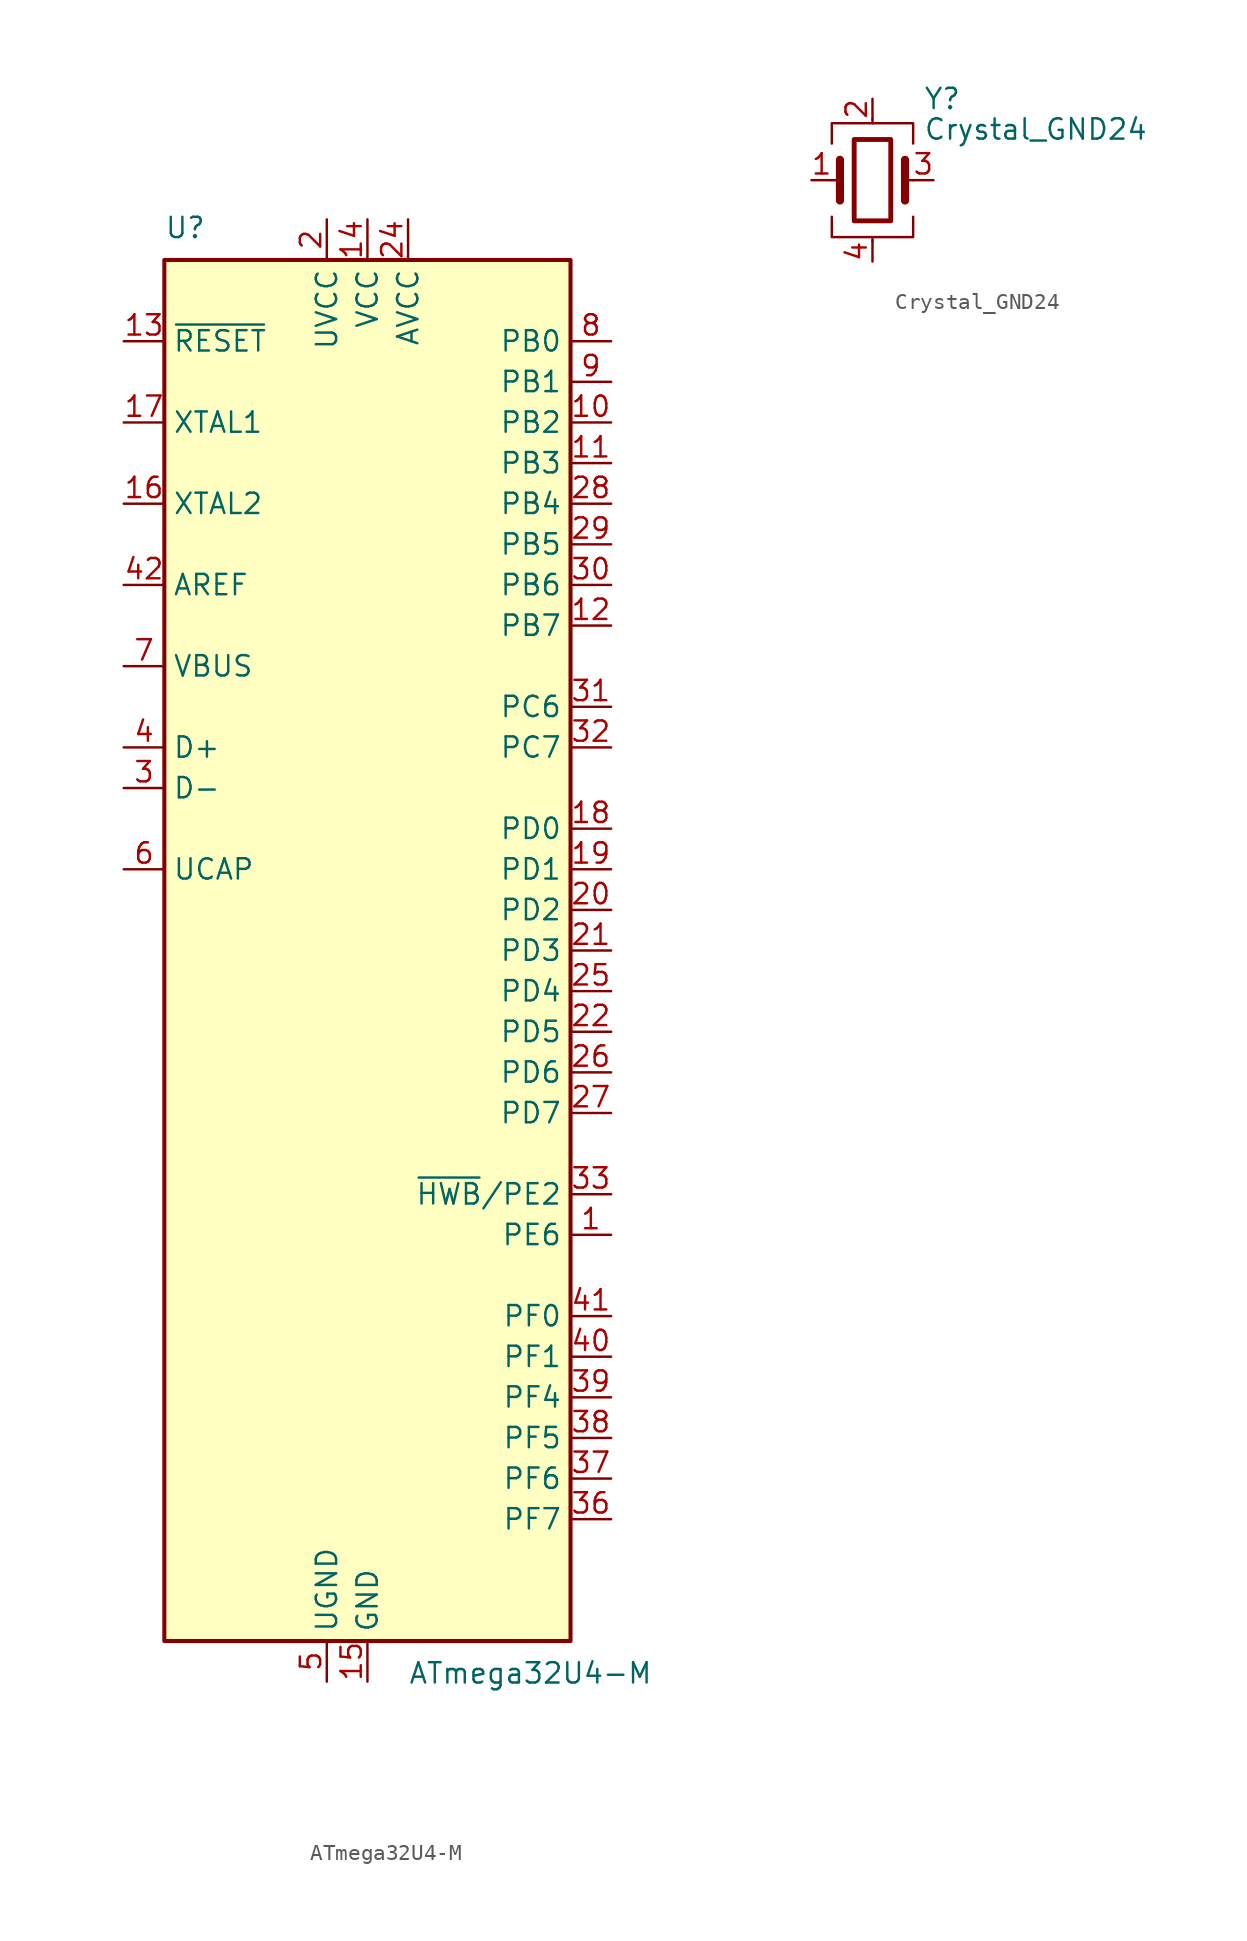
<source format=kicad_sym>
(kicad_symbol_lib
  (version 20220914)
  (generator kicad_symbol_editor)
  (symbol "ATmega32U4-M"
    (property "Reference" "U"
      (at -12.7 44.45 0)
      (effects (font (size 1.27 1.27)) (justify left bottom)))
    (property "Value" "ATmega32U4-M"
      (at 2.54 -44.45 0)
      (effects (font (size 1.27 1.27)) (justify left top)))
    (symbol "ATmega32U4-M_0_1"
      (rectangle (start -12.7 -43.18) (end 12.7 43.18) (stroke (width 0.254) (type default)) (fill (type background))))
    (symbol "ATmega32U4-M_1_1"
      (pin bidirectional line (at 15.24 -17.78 180) (length 2.54) (name "PE6" (effects (font (size 1.27 1.27)))) (number "1" (effects (font (size 1.27 1.27)))))
      (pin bidirectional line (at 15.24 33.02 180) (length 2.54) (name "PB2" (effects (font (size 1.27 1.27)))) (number "10" (effects (font (size 1.27 1.27)))))
      (pin bidirectional line (at 15.24 30.48 180) (length 2.54) (name "PB3" (effects (font (size 1.27 1.27)))) (number "11" (effects (font (size 1.27 1.27)))))
      (pin bidirectional line (at 15.24 20.32 180) (length 2.54) (name "PB7" (effects (font (size 1.27 1.27)))) (number "12" (effects (font (size 1.27 1.27)))))
      (pin input line (at -15.24 38.1 0) (length 2.54) (name "~{RESET}" (effects (font (size 1.27 1.27)))) (number "13" (effects (font (size 1.27 1.27)))))
      (pin power_in line (at 0 45.72 270) (length 2.54) (name "VCC" (effects (font (size 1.27 1.27)))) (number "14" (effects (font (size 1.27 1.27)))))
      (pin power_in line (at 0 -45.72 90) (length 2.54) (name "GND" (effects (font (size 1.27 1.27)))) (number "15" (effects (font (size 1.27 1.27)))))
      (pin output line (at -15.24 27.94 0) (length 2.54) (name "XTAL2" (effects (font (size 1.27 1.27)))) (number "16" (effects (font (size 1.27 1.27)))))
      (pin input line (at -15.24 33.02 0) (length 2.54) (name "XTAL1" (effects (font (size 1.27 1.27)))) (number "17" (effects (font (size 1.27 1.27)))))
      (pin bidirectional line (at 15.24 7.62 180) (length 2.54) (name "PD0" (effects (font (size 1.27 1.27)))) (number "18" (effects (font (size 1.27 1.27)))))
      (pin bidirectional line (at 15.24 5.08 180) (length 2.54) (name "PD1" (effects (font (size 1.27 1.27)))) (number "19" (effects (font (size 1.27 1.27)))))
      (pin power_in line (at -2.54 45.72 270) (length 2.54) (name "UVCC" (effects (font (size 1.27 1.27)))) (number "2" (effects (font (size 1.27 1.27)))))
      (pin bidirectional line (at 15.24 2.54 180) (length 2.54) (name "PD2" (effects (font (size 1.27 1.27)))) (number "20" (effects (font (size 1.27 1.27)))))
      (pin bidirectional line (at 15.24 0 180) (length 2.54) (name "PD3" (effects (font (size 1.27 1.27)))) (number "21" (effects (font (size 1.27 1.27)))))
      (pin bidirectional line (at 15.24 -5.08 180) (length 2.54) (name "PD5" (effects (font (size 1.27 1.27)))) (number "22" (effects (font (size 1.27 1.27)))))
      (pin passive line (at 0 -45.72 90) (length 2.54) hide (name "GND" (effects (font (size 1.27 1.27)))) (number "23" (effects (font (size 1.27 1.27)))))
      (pin power_in line (at 2.54 45.72 270) (length 2.54) (name "AVCC" (effects (font (size 1.27 1.27)))) (number "24" (effects (font (size 1.27 1.27)))))
      (pin bidirectional line (at 15.24 -2.54 180) (length 2.54) (name "PD4" (effects (font (size 1.27 1.27)))) (number "25" (effects (font (size 1.27 1.27)))))
      (pin bidirectional line (at 15.24 -7.62 180) (length 2.54) (name "PD6" (effects (font (size 1.27 1.27)))) (number "26" (effects (font (size 1.27 1.27)))))
      (pin bidirectional line (at 15.24 -10.16 180) (length 2.54) (name "PD7" (effects (font (size 1.27 1.27)))) (number "27" (effects (font (size 1.27 1.27)))))
      (pin bidirectional line (at 15.24 27.94 180) (length 2.54) (name "PB4" (effects (font (size 1.27 1.27)))) (number "28" (effects (font (size 1.27 1.27)))))
      (pin bidirectional line (at 15.24 25.4 180) (length 2.54) (name "PB5" (effects (font (size 1.27 1.27)))) (number "29" (effects (font (size 1.27 1.27)))))
      (pin bidirectional line (at -15.24 10.16 0) (length 2.54) (name "D-" (effects (font (size 1.27 1.27)))) (number "3" (effects (font (size 1.27 1.27)))))
      (pin bidirectional line (at 15.24 22.86 180) (length 2.54) (name "PB6" (effects (font (size 1.27 1.27)))) (number "30" (effects (font (size 1.27 1.27)))))
      (pin bidirectional line (at 15.24 15.24 180) (length 2.54) (name "PC6" (effects (font (size 1.27 1.27)))) (number "31" (effects (font (size 1.27 1.27)))))
      (pin bidirectional line (at 15.24 12.7 180) (length 2.54) (name "PC7" (effects (font (size 1.27 1.27)))) (number "32" (effects (font (size 1.27 1.27)))))
      (pin bidirectional line (at 15.24 -15.24 180) (length 2.54) (name "~{HWB}/PE2" (effects (font (size 1.27 1.27)))) (number "33" (effects (font (size 1.27 1.27)))))
      (pin passive line (at 0 45.72 270) (length 2.54) hide (name "VCC" (effects (font (size 1.27 1.27)))) (number "34" (effects (font (size 1.27 1.27)))))
      (pin passive line (at 0 -45.72 90) (length 2.54) hide (name "GND" (effects (font (size 1.27 1.27)))) (number "35" (effects (font (size 1.27 1.27)))))
      (pin bidirectional line (at 15.24 -35.56 180) (length 2.54) (name "PF7" (effects (font (size 1.27 1.27)))) (number "36" (effects (font (size 1.27 1.27)))))
      (pin bidirectional line (at 15.24 -33.02 180) (length 2.54) (name "PF6" (effects (font (size 1.27 1.27)))) (number "37" (effects (font (size 1.27 1.27)))))
      (pin bidirectional line (at 15.24 -30.48 180) (length 2.54) (name "PF5" (effects (font (size 1.27 1.27)))) (number "38" (effects (font (size 1.27 1.27)))))
      (pin bidirectional line (at 15.24 -27.94 180) (length 2.54) (name "PF4" (effects (font (size 1.27 1.27)))) (number "39" (effects (font (size 1.27 1.27)))))
      (pin bidirectional line (at -15.24 12.7 0) (length 2.54) (name "D+" (effects (font (size 1.27 1.27)))) (number "4" (effects (font (size 1.27 1.27)))))
      (pin bidirectional line (at 15.24 -25.4 180) (length 2.54) (name "PF1" (effects (font (size 1.27 1.27)))) (number "40" (effects (font (size 1.27 1.27)))))
      (pin bidirectional line (at 15.24 -22.86 180) (length 2.54) (name "PF0" (effects (font (size 1.27 1.27)))) (number "41" (effects (font (size 1.27 1.27)))))
      (pin passive line (at -15.24 22.86 0) (length 2.54) (name "AREF" (effects (font (size 1.27 1.27)))) (number "42" (effects (font (size 1.27 1.27)))))
      (pin passive line (at 0 -45.72 90) (length 2.54) hide (name "GND" (effects (font (size 1.27 1.27)))) (number "43" (effects (font (size 1.27 1.27)))))
      (pin passive line (at 2.54 45.72 270) (length 2.54) hide (name "AVCC" (effects (font (size 1.27 1.27)))) (number "44" (effects (font (size 1.27 1.27)))))
      (pin passive line (at 0 -45.72 90) (length 2.54) hide (name "GND" (effects (font (size 1.27 1.27)))) (number "45" (effects (font (size 1.27 1.27)))))
      (pin passive line (at -2.54 -45.72 90) (length 2.54) (name "UGND" (effects (font (size 1.27 1.27)))) (number "5" (effects (font (size 1.27 1.27)))))
      (pin passive line (at -15.24 5.08 0) (length 2.54) (name "UCAP" (effects (font (size 1.27 1.27)))) (number "6" (effects (font (size 1.27 1.27)))))
      (pin input line (at -15.24 17.78 0) (length 2.54) (name "VBUS" (effects (font (size 1.27 1.27)))) (number "7" (effects (font (size 1.27 1.27)))))
      (pin bidirectional line (at 15.24 38.1 180) (length 2.54) (name "PB0" (effects (font (size 1.27 1.27)))) (number "8" (effects (font (size 1.27 1.27)))))
      (pin bidirectional line (at 15.24 35.56 180) (length 2.54) (name "PB1" (effects (font (size 1.27 1.27)))) (number "9" (effects (font (size 1.27 1.27)))))))
  (symbol "Crystal_GND24"
    (pin_names
      (offset 1.016) hide)
    (property "Reference" "Y"
      (at 3.175 5.08 0)
      (effects (font (size 1.27 1.27)) (justify left)))
    (property "Value" "Crystal_GND24"
      (at 3.175 3.175 0)
      (effects (font (size 1.27 1.27)) (justify left)))
    (symbol "Crystal_GND24_0_1"
      (rectangle (start -1.143 2.54) (end 1.143 -2.54) (stroke (width 0.305) (type default)) (fill (type none)))
      (polyline (pts (xy -2.54 0) (xy -2.032 0)) (stroke (width 0) (type default)) (fill (type none)))
      (polyline (pts (xy -2.032 -1.27) (xy -2.032 1.27)) (stroke (width 0.508) (type default)) (fill (type none)))
      (polyline (pts (xy 0 -3.81) (xy 0 -3.556)) (stroke (width 0) (type default)) (fill (type none)))
      (polyline (pts (xy 0 3.556) (xy 0 3.81)) (stroke (width 0) (type default)) (fill (type none)))
      (polyline (pts (xy 2.032 -1.27) (xy 2.032 1.27)) (stroke (width 0.508) (type default)) (fill (type none)))
      (polyline (pts (xy 2.032 0) (xy 2.54 0)) (stroke (width 0) (type default)) (fill (type none)))
      (polyline (pts (xy -2.54 -2.286) (xy -2.54 -3.556) (xy 2.54 -3.556) (xy 2.54 -2.286)) (stroke (width 0) (type default)) (fill (type none)))
      (polyline (pts (xy -2.54 2.286) (xy -2.54 3.556) (xy 2.54 3.556) (xy 2.54 2.286)) (stroke (width 0) (type default)) (fill (type none))))
    (symbol "Crystal_GND24_1_1"
      (pin passive line (at -3.81 0 0) (length 1.27) (name "1" (effects (font (size 1.27 1.27)))) (number "1" (effects (font (size 1.27 1.27)))))
      (pin power_in line (at 0 5.08 270) (length 1.27) (name "2" (effects (font (size 1.27 1.27)))) (number "2" (effects (font (size 1.27 1.27)))))
      (pin passive line (at 3.81 0 180) (length 1.27) (name "3" (effects (font (size 1.27 1.27)))) (number "3" (effects (font (size 1.27 1.27)))))
      (pin power_in line (at 0 -5.08 90) (length 1.27) (name "4" (effects (font (size 1.27 1.27)))) (number "4" (effects (font (size 1.27 1.27))))))))
</source>
